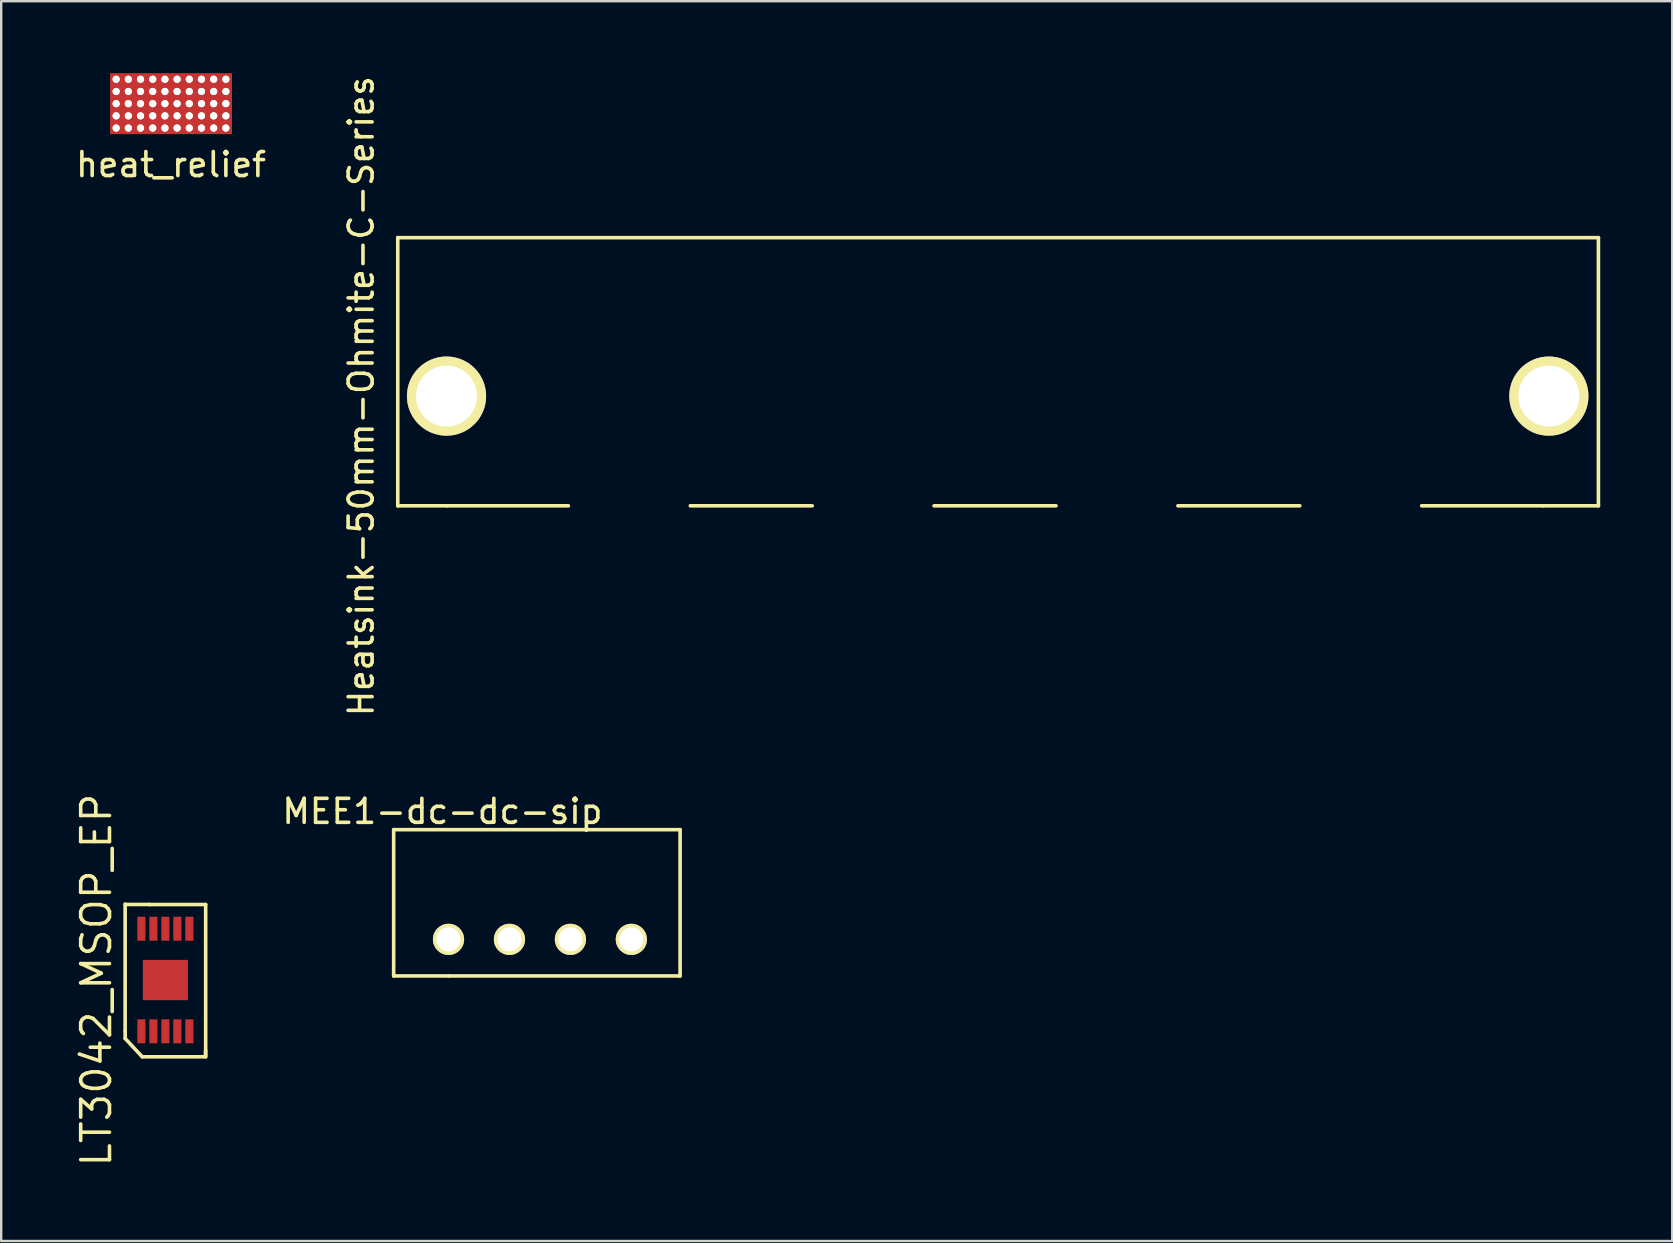
<source format=kicad_pcb>
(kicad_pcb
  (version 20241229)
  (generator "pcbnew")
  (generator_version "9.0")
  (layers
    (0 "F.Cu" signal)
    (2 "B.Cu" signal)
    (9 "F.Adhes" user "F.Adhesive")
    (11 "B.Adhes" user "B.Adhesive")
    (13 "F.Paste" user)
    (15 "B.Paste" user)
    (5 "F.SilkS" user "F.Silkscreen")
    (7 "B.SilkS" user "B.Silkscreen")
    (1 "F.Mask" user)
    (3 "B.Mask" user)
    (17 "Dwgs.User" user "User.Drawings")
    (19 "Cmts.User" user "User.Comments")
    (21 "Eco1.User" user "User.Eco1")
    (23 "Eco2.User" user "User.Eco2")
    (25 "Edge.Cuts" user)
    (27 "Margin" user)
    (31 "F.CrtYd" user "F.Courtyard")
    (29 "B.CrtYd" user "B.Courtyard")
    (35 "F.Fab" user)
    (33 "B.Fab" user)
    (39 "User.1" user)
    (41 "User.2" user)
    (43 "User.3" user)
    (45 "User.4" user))
  (footprint "heat_relief"
    (layer "F.Cu")
    (at 4.077 1.27)
    (property "Reference" "heat_relief" (at 0 2.54 0) (layer "F.SilkS") (effects (font (size 1 1) (thickness 0.15))))
    (attr through_hole)
    (pad "1" thru_hole circle (at -2.286 -1.016 180) (size 0.3 0.3) (drill 0.3) (layers "*.Cu" "*.Mask" "F.SilkS"))
    (pad "1" thru_hole circle (at -2.286 -0.508 180) (size 0.3 0.3) (drill 0.3) (layers "*.Cu" "*.Mask" "F.SilkS"))
    (pad "1" thru_hole circle (at -2.286 0 180) (size 0.3 0.3) (drill 0.3) (layers "*.Cu" "*.Mask" "F.SilkS"))
    (pad "1" thru_hole circle (at -2.286 0.508 180) (size 0.3 0.3) (drill 0.3) (layers "*.Cu" "*.Mask" "F.SilkS"))
    (pad "1" thru_hole circle (at -2.286 1.016 180) (size 0.3 0.3) (drill 0.3) (layers "*.Cu" "*.Mask" "F.SilkS"))
    (pad "1" thru_hole circle (at -1.778 -1.016 180) (size 0.3 0.3) (drill 0.3) (layers "*.Cu" "*.Mask" "F.SilkS"))
    (pad "1" thru_hole circle (at -1.778 -0.508 180) (size 0.3 0.3) (drill 0.3) (layers "*.Cu" "*.Mask" "F.SilkS"))
    (pad "1" thru_hole circle (at -1.778 0 180) (size 0.3 0.3) (drill 0.3) (layers "*.Cu" "*.Mask" "F.SilkS"))
    (pad "1" thru_hole circle (at -1.778 0.508 180) (size 0.3 0.3) (drill 0.3) (layers "*.Cu" "*.Mask" "F.SilkS"))
    (pad "1" thru_hole circle (at -1.778 1.016 180) (size 0.3 0.3) (drill 0.3) (layers "*.Cu" "*.Mask" "F.SilkS"))
    (pad "1" thru_hole circle (at -1.27 -1.016 180) (size 0.3 0.3) (drill 0.3) (layers "*.Cu" "*.Mask" "F.SilkS"))
    (pad "1" thru_hole circle (at -1.27 -0.508 180) (size 0.3 0.3) (drill 0.3) (layers "*.Cu" "*.Mask" "F.SilkS"))
    (pad "1" thru_hole circle (at -1.27 0 180) (size 0.3 0.3) (drill 0.3) (layers "*.Cu" "*.Mask" "F.SilkS"))
    (pad "1" thru_hole circle (at -1.27 0.508 180) (size 0.3 0.3) (drill 0.3) (layers "*.Cu" "*.Mask" "F.SilkS"))
    (pad "1" thru_hole circle (at -1.27 1.016 180) (size 0.3 0.3) (drill 0.3) (layers "*.Cu" "*.Mask" "F.SilkS"))
    (pad "1" thru_hole circle (at -0.762 -1.016 180) (size 0.3 0.3) (drill 0.3) (layers "*.Cu" "*.Mask" "F.SilkS"))
    (pad "1" thru_hole circle (at -0.762 -0.508 180) (size 0.3 0.3) (drill 0.3) (layers "*.Cu" "*.Mask" "F.SilkS"))
    (pad "1" thru_hole circle (at -0.762 0 180) (size 0.3 0.3) (drill 0.3) (layers "*.Cu" "*.Mask" "F.SilkS"))
    (pad "1" thru_hole circle (at -0.762 0.508 180) (size 0.3 0.3) (drill 0.3) (layers "*.Cu" "*.Mask" "F.SilkS"))
    (pad "1" thru_hole circle (at -0.762 1.016 180) (size 0.3 0.3) (drill 0.3) (layers "*.Cu" "*.Mask" "F.SilkS"))
    (pad "1" thru_hole circle (at -0.254 -1.016 180) (size 0.3 0.3) (drill 0.3) (layers "*.Cu" "*.Mask" "F.SilkS"))
    (pad "1" thru_hole circle (at -0.254 -0.508 180) (size 0.3 0.3) (drill 0.3) (layers "*.Cu" "*.Mask" "F.SilkS"))
    (pad "1" thru_hole circle (at -0.254 0 180) (size 0.3 0.3) (drill 0.3) (layers "*.Cu" "*.Mask" "F.SilkS"))
    (pad "1" thru_hole circle (at -0.254 0.508 180) (size 0.3 0.3) (drill 0.3) (layers "*.Cu" "*.Mask" "F.SilkS"))
    (pad "1" thru_hole circle (at -0.254 1.016 180) (size 0.3 0.3) (drill 0.3) (layers "*.Cu" "*.Mask" "F.SilkS"))
    (pad "1" smd rect (at 0 0) (size 5.08 2.54) (layers "F.Cu" "F.Mask" "F.Paste"))
    (pad "1" thru_hole circle (at 0.254 -1.016 180) (size 0.3 0.3) (drill 0.3) (layers "*.Cu" "*.Mask" "F.SilkS"))
    (pad "1" thru_hole circle (at 0.254 -0.508 180) (size 0.3 0.3) (drill 0.3) (layers "*.Cu" "*.Mask" "F.SilkS"))
    (pad "1" thru_hole circle (at 0.254 0 180) (size 0.3 0.3) (drill 0.3) (layers "*.Cu" "*.Mask" "F.SilkS"))
    (pad "1" thru_hole circle (at 0.254 0.508 180) (size 0.3 0.3) (drill 0.3) (layers "*.Cu" "*.Mask" "F.SilkS"))
    (pad "1" thru_hole circle (at 0.254 1.016 180) (size 0.3 0.3) (drill 0.3) (layers "*.Cu" "*.Mask" "F.SilkS"))
    (pad "1" thru_hole circle (at 0.762 -1.016 180) (size 0.3 0.3) (drill 0.3) (layers "*.Cu" "*.Mask" "F.SilkS"))
    (pad "1" thru_hole circle (at 0.762 -0.508 180) (size 0.3 0.3) (drill 0.3) (layers "*.Cu" "*.Mask" "F.SilkS"))
    (pad "1" thru_hole circle (at 0.762 0 180) (size 0.3 0.3) (drill 0.3) (layers "*.Cu" "*.Mask" "F.SilkS"))
    (pad "1" thru_hole circle (at 0.762 0.508 180) (size 0.3 0.3) (drill 0.3) (layers "*.Cu" "*.Mask" "F.SilkS"))
    (pad "1" thru_hole circle (at 0.762 1.016 180) (size 0.3 0.3) (drill 0.3) (layers "*.Cu" "*.Mask" "F.SilkS"))
    (pad "1" thru_hole circle (at 1.27 -1.016 180) (size 0.3 0.3) (drill 0.3) (layers "*.Cu" "*.Mask" "F.SilkS"))
    (pad "1" thru_hole circle (at 1.27 -0.508 180) (size 0.3 0.3) (drill 0.3) (layers "*.Cu" "*.Mask" "F.SilkS"))
    (pad "1" thru_hole circle (at 1.27 0 180) (size 0.3 0.3) (drill 0.3) (layers "*.Cu" "*.Mask" "F.SilkS"))
    (pad "1" thru_hole circle (at 1.27 0.508 180) (size 0.3 0.3) (drill 0.3) (layers "*.Cu" "*.Mask" "F.SilkS"))
    (pad "1" thru_hole circle (at 1.27 1.016 180) (size 0.3 0.3) (drill 0.3) (layers "*.Cu" "*.Mask" "F.SilkS"))
    (pad "1" thru_hole circle (at 1.778 -1.016 180) (size 0.3 0.3) (drill 0.3) (layers "*.Cu" "*.Mask" "F.SilkS"))
    (pad "1" thru_hole circle (at 1.778 -0.508 180) (size 0.3 0.3) (drill 0.3) (layers "*.Cu" "*.Mask" "F.SilkS"))
    (pad "1" thru_hole circle (at 1.778 0 180) (size 0.3 0.3) (drill 0.3) (layers "*.Cu" "*.Mask" "F.SilkS"))
    (pad "1" thru_hole circle (at 1.778 0.508 180) (size 0.3 0.3) (drill 0.3) (layers "*.Cu" "*.Mask" "F.SilkS"))
    (pad "1" thru_hole circle (at 1.778 1.016 180) (size 0.3 0.3) (drill 0.3) (layers "*.Cu" "*.Mask" "F.SilkS"))
    (pad "1" thru_hole circle (at 2.286 -1.016 180) (size 0.3 0.3) (drill 0.3) (layers "*.Cu" "*.Mask" "F.SilkS"))
    (pad "1" thru_hole circle (at 2.286 -0.508 180) (size 0.3 0.3) (drill 0.3) (layers "*.Cu" "*.Mask" "F.SilkS"))
    (pad "1" thru_hole circle (at 2.286 0 180) (size 0.3 0.3) (drill 0.3) (layers "*.Cu" "*.Mask" "F.SilkS"))
    (pad "1" thru_hole circle (at 2.286 0.508 180) (size 0.3 0.3) (drill 0.3) (layers "*.Cu" "*.Mask" "F.SilkS"))
    (pad "1" thru_hole circle (at 2.286 1.016 180) (size 0.3 0.3) (drill 0.3) (layers "*.Cu" "*.Mask" "F.SilkS")))
  (footprint "LT3042_MSOP_EP"
    (layer "F.Cu")
    (at 3.843 37.793)
    (property "Reference" "LT3042_MSOP_EP" (at -2.878 0 90) (layer "F.SilkS") (effects (font (size 1.2 1.2) (thickness 0.15))))
    (attr through_hole)
    (fp_line (start -1.678 -3.162) (end -1.678 2.13) (stroke (width 0.15) (type solid)) (layer "F.SilkS"))
    (fp_line (start -1.676 2.134) (end -1.676 2.438) (stroke (width 0.15) (type solid)) (layer "F.SilkS"))
    (fp_line (start -1.676 2.438) (end -0.965 3.2) (stroke (width 0.15) (type solid)) (layer "F.SilkS"))
    (fp_line (start -0.965 3.2) (end 1.676 3.2) (stroke (width 0.15) (type solid)) (layer "F.SilkS"))
    (fp_line (start -0.66 -3.15) (end -1.676 -3.15) (stroke (width 0.15) (type solid)) (layer "F.SilkS"))
    (fp_line (start 1.676 2.946) (end 1.676 3.2) (stroke (width 0.15) (type solid)) (layer "F.SilkS"))
    (fp_line (start 1.678 -3.146) (end -0.678 -3.146) (stroke (width 0.15) (type solid)) (layer "F.SilkS"))
    (fp_line (start 1.678 3.146) (end 1.678 -3.146) (stroke (width 0.15) (type solid)) (layer "F.SilkS"))
    (pad "1" smd rect (at -1 2.138) (size 0.34 1) (layers "F.Cu" "F.Mask" "F.Paste"))
    (pad "2" smd rect (at -0.5 2.138) (size 0.34 1) (layers "F.Cu" "F.Mask" "F.Paste"))
    (pad "3" smd rect (at 0 2.138) (size 0.34 1) (layers "F.Cu" "F.Mask" "F.Paste"))
    (pad "4" smd rect (at 0.5 2.138) (size 0.34 1) (layers "F.Cu" "F.Mask" "F.Paste"))
    (pad "5" smd rect (at 1 2.138) (size 0.34 1) (layers "F.Cu" "F.Mask" "F.Paste"))
    (pad "6" smd rect (at 1 -2.138) (size 0.34 1) (layers "F.Cu" "F.Mask" "F.Paste"))
    (pad "7" smd rect (at 0.5 -2.138) (size 0.34 1) (layers "F.Cu" "F.Mask" "F.Paste"))
    (pad "8" smd rect (at 0 -2.138) (size 0.34 1) (layers "F.Cu" "F.Mask" "F.Paste"))
    (pad "8" smd rect (at 0 0) (size 1.88 1.68) (layers "F.Cu" "F.Mask" "F.Paste"))
    (pad "9" smd rect (at -0.5 -2.138) (size 0.34 1) (layers "F.Cu" "F.Mask" "F.Paste"))
    (pad "10" smd rect (at -1 -2.138) (size 0.34 1) (layers "F.Cu" "F.Mask" "F.Paste")))
  (footprint "MEE1-dc-dc-sip"
    (layer "F.Cu")
    (at 15.642 36.099)
    (property "Reference" "MEE1-dc-dc-sip" (at -0.254 -5.334 0) (layer "F.SilkS") (effects (font (size 1 1) (thickness 0.15))))
    (attr through_hole)
    (fp_line (start -2.286 -4.572) (end 9.652 -4.572) (stroke (width 0.15) (type solid)) (layer "F.SilkS"))
    (fp_line (start -2.286 1.524) (end -2.286 -4.572) (stroke (width 0.15) (type solid)) (layer "F.SilkS"))
    (fp_line (start 0 1.524) (end -2.286 1.524) (stroke (width 0.15) (type solid)) (layer "F.SilkS"))
    (fp_line (start 9.652 -4.572) (end 9.652 1.524) (stroke (width 0.15) (type solid)) (layer "F.SilkS"))
    (fp_line (start 9.652 1.524) (end 0 1.524) (stroke (width 0.15) (type solid)) (layer "F.SilkS"))
    (pad "1" thru_hole circle (at 0 0) (size 1.3 1.3) (drill 1) (layers "*.Cu" "*.Mask" "F.SilkS"))
    (pad "2" thru_hole circle (at 2.54 0) (size 1.3 1.3) (drill 1) (layers "*.Cu" "*.Mask" "F.SilkS"))
    (pad "3" thru_hole circle (at 5.08 0) (size 1.3 1.3) (drill 1) (layers "*.Cu" "*.Mask" "F.SilkS"))
    (pad "4" thru_hole circle (at 7.62 0) (size 1.3 1.3) (drill 1) (layers "*.Cu" "*.Mask" "F.SilkS")))
  (footprint "Heatsink-50mm-Ohmite-C-Series"
    (layer "F.Cu")
    (at 15.559 13.458)
    (property "Reference" "Heatsink-50mm-Ohmite-C-Series" (at -3.556 0 90) (layer "F.SilkS") (effects (font (size 1 1) (thickness 0.15))))
    (attr through_hole)
    (fp_line (start -2.032 -6.604) (end -2.032 4.572) (stroke (width 0.15) (type solid)) (layer "F.SilkS"))
    (fp_line (start -2.032 -6.604) (end 48.006 -6.604) (stroke (width 0.15) (type solid)) (layer "F.SilkS"))
    (fp_line (start -2.032 4.572) (end 0 4.572) (stroke (width 0.15) (type solid)) (layer "F.SilkS"))
    (fp_line (start 0 4.572) (end 5.08 4.572) (stroke (width 0.15) (type solid)) (layer "F.SilkS"))
    (fp_line (start 10.16 4.572) (end 15.24 4.572) (stroke (width 0.15) (type solid)) (layer "F.SilkS"))
    (fp_line (start 20.32 4.572) (end 25.4 4.572) (stroke (width 0.15) (type solid)) (layer "F.SilkS"))
    (fp_line (start 30.48 4.572) (end 35.56 4.572) (stroke (width 0.15) (type solid)) (layer "F.SilkS"))
    (fp_line (start 40.64 4.572) (end 45.72 4.572) (stroke (width 0.15) (type solid)) (layer "F.SilkS"))
    (fp_line (start 45.72 4.572) (end 48.006 4.572) (stroke (width 0.15) (type solid)) (layer "F.SilkS"))
    (fp_line (start 48.006 4.572) (end 48.006 -6.604) (stroke (width 0.15) (type solid)) (layer "F.SilkS"))
    (pad "" thru_hole circle (at 0 0) (size 3.3 3.3) (drill 2.54) (layers "*.Cu" "*.Mask" "F.SilkS"))
    (pad "" thru_hole circle (at 45.94 0) (size 3.3 3.3) (drill 2.54) (layers "*.Cu" "*.Mask" "F.SilkS")))
  (gr_rect
    (start -3 -3)
    (end 66.64 48.67)
    (stroke (width 0.1) (type default))
    (fill no)
    (layer "Edge.Cuts")))
</source>
